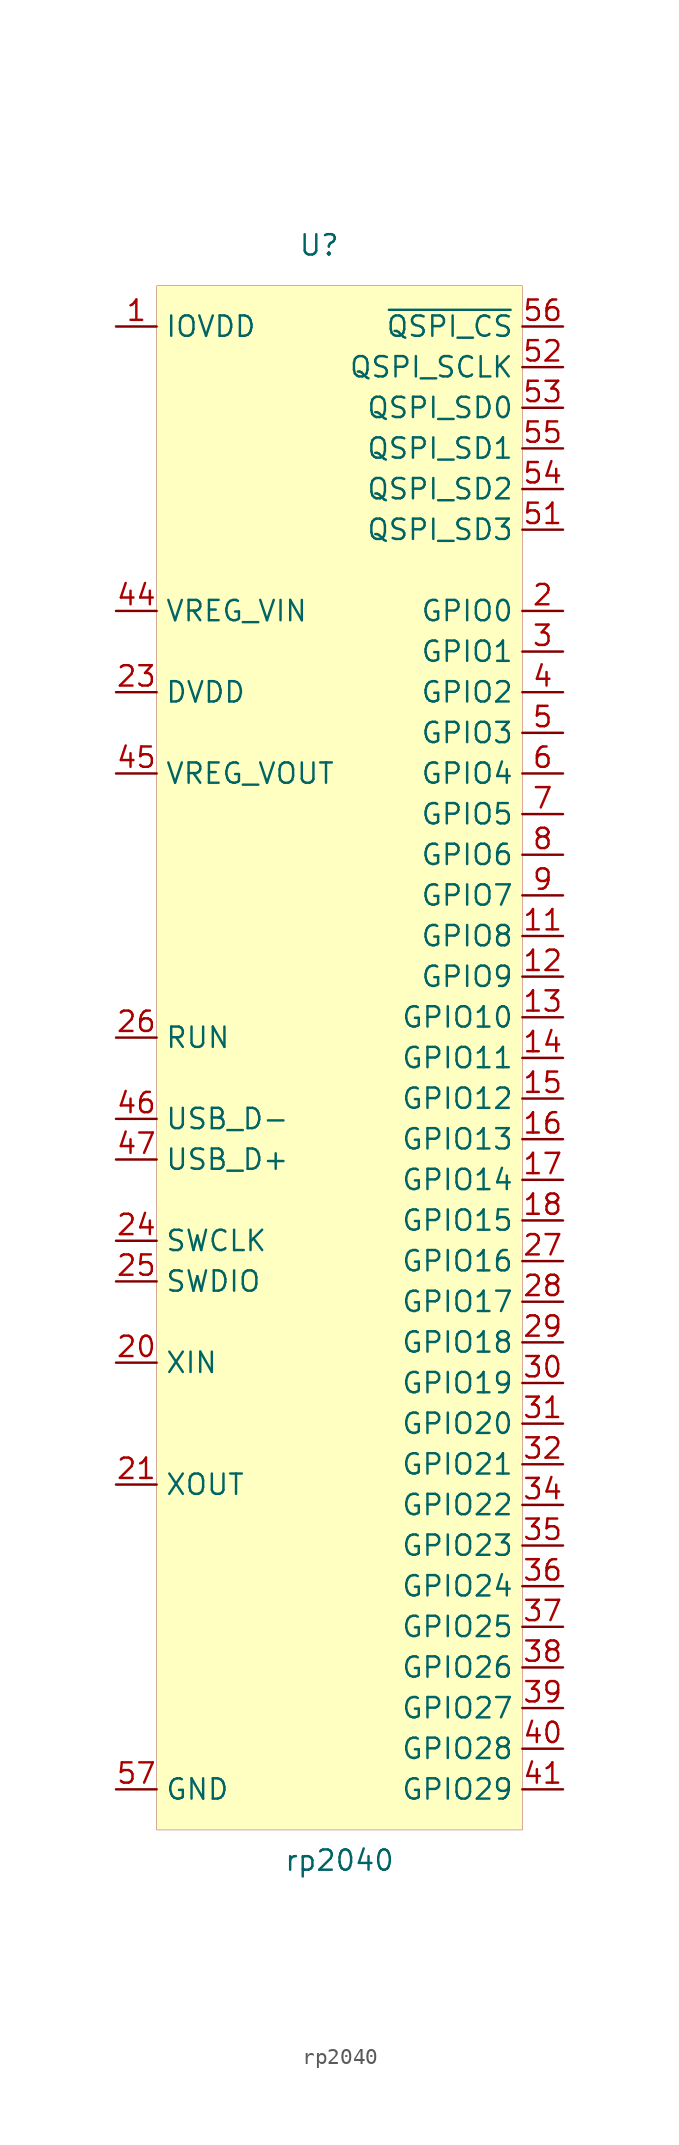
<source format=kicad_sym>
(kicad_symbol_lib
  (version 20211014)
  (generator kicad_symbol_editor)
  (symbol "rp2040"
    (property "Reference" "U"
      (at -1.27 51.435 0)
      (effects (font (size 1.27 1.27))))
    (property "Value" "rp2040"
      (at 0 -49.53 0)
      (effects (font (size 1.27 1.27))))
    (symbol "rp2040_0_0"
      (pin power_in line (at -13.97 46.355 0) (length 2.54) (name "IOVDD" (effects (font (size 1.27 1.27)))) (number "1" (effects (font (size 1.27 1.27)))))
      (pin passive line (at -13.97 46.355 0) (length 2.54) hide (name "IOVDD" (effects (font (size 1.27 1.27)))) (number "10" (effects (font (size 1.27 1.27)))))
      (pin bidirectional line (at 13.97 8.255 180) (length 2.54) (name "GPIO8" (effects (font (size 1.27 1.27)))) (number "11" (effects (font (size 1.27 1.27)))))
      (pin bidirectional line (at 13.97 28.575 180) (length 2.54) (name "GPIO0" (effects (font (size 1.27 1.27)))) (number "2" (effects (font (size 1.27 1.27)))))
      (pin bidirectional line (at 13.97 26.035 180) (length 2.54) (name "GPIO1" (effects (font (size 1.27 1.27)))) (number "3" (effects (font (size 1.27 1.27)))))
      (pin bidirectional line (at 13.97 23.495 180) (length 2.54) (name "GPIO2" (effects (font (size 1.27 1.27)))) (number "4" (effects (font (size 1.27 1.27)))))
      (pin bidirectional line (at 13.97 20.955 180) (length 2.54) (name "GPIO3" (effects (font (size 1.27 1.27)))) (number "5" (effects (font (size 1.27 1.27)))))
      (pin bidirectional line (at 13.97 18.415 180) (length 2.54) (name "GPIO4" (effects (font (size 1.27 1.27)))) (number "6" (effects (font (size 1.27 1.27)))))
      (pin bidirectional line (at 13.97 15.875 180) (length 2.54) (name "GPIO5" (effects (font (size 1.27 1.27)))) (number "7" (effects (font (size 1.27 1.27)))))
      (pin bidirectional line (at 13.97 13.335 180) (length 2.54) (name "GPIO6" (effects (font (size 1.27 1.27)))) (number "8" (effects (font (size 1.27 1.27)))))
      (pin bidirectional line (at 13.97 10.795 180) (length 2.54) (name "GPIO7" (effects (font (size 1.27 1.27)))) (number "9" (effects (font (size 1.27 1.27))))))
    (symbol "rp2040_0_1"
      (rectangle (start -11.43 48.895) (end 11.43 -47.625) (stroke (width 0.001) (type default) (color 0 0 0 0)) (fill (type background))))
    (symbol "rp2040_1_1"
      (pin bidirectional line (at 13.97 5.715 180) (length 2.54) (name "GPIO9" (effects (font (size 1.27 1.27)))) (number "12" (effects (font (size 1.27 1.27)))))
      (pin bidirectional line (at 13.97 3.175 180) (length 2.54) (name "GPIO10" (effects (font (size 1.27 1.27)))) (number "13" (effects (font (size 1.27 1.27)))))
      (pin bidirectional line (at 13.97 0.635 180) (length 2.54) (name "GPIO11" (effects (font (size 1.27 1.27)))) (number "14" (effects (font (size 1.27 1.27)))))
      (pin bidirectional line (at 13.97 -1.905 180) (length 2.54) (name "GPIO12" (effects (font (size 1.27 1.27)))) (number "15" (effects (font (size 1.27 1.27)))))
      (pin bidirectional line (at 13.97 -4.445 180) (length 2.54) (name "GPIO13" (effects (font (size 1.27 1.27)))) (number "16" (effects (font (size 1.27 1.27)))))
      (pin bidirectional line (at 13.97 -6.985 180) (length 2.54) (name "GPIO14" (effects (font (size 1.27 1.27)))) (number "17" (effects (font (size 1.27 1.27)))))
      (pin bidirectional line (at 13.97 -9.525 180) (length 2.54) (name "GPIO15" (effects (font (size 1.27 1.27)))) (number "18" (effects (font (size 1.27 1.27)))))
      (pin passive line (at -13.97 -45.085 0) (length 2.54) hide (name "TESTEN" (effects (font (size 1.27 1.27)))) (number "19" (effects (font (size 1.27 1.27)))))
      (pin input line (at -13.97 -18.415 0) (length 2.54) (name "XIN" (effects (font (size 1.27 1.27)))) (number "20" (effects (font (size 1.27 1.27)))))
      (pin output line (at -13.97 -26.035 0) (length 2.54) (name "XOUT" (effects (font (size 1.27 1.27)))) (number "21" (effects (font (size 1.27 1.27)))))
      (pin passive line (at -13.97 46.355 0) (length 2.54) hide (name "IOVDD" (effects (font (size 1.27 1.27)))) (number "22" (effects (font (size 1.27 1.27)))))
      (pin power_in line (at -13.97 23.495 0) (length 2.54) (name "DVDD" (effects (font (size 1.27 1.27)))) (number "23" (effects (font (size 1.27 1.27)))))
      (pin input line (at -13.97 -10.795 0) (length 2.54) (name "SWCLK" (effects (font (size 1.27 1.27)))) (number "24" (effects (font (size 1.27 1.27)))))
      (pin bidirectional line (at -13.97 -13.335 0) (length 2.54) (name "SWDIO" (effects (font (size 1.27 1.27)))) (number "25" (effects (font (size 1.27 1.27)))))
      (pin input line (at -13.97 1.905 0) (length 2.54) (name "RUN" (effects (font (size 1.27 1.27)))) (number "26" (effects (font (size 1.27 1.27)))))
      (pin bidirectional line (at 13.97 -12.065 180) (length 2.54) (name "GPIO16" (effects (font (size 1.27 1.27)))) (number "27" (effects (font (size 1.27 1.27)))))
      (pin bidirectional line (at 13.97 -14.605 180) (length 2.54) (name "GPIO17" (effects (font (size 1.27 1.27)))) (number "28" (effects (font (size 1.27 1.27)))))
      (pin bidirectional line (at 13.97 -17.145 180) (length 2.54) (name "GPIO18" (effects (font (size 1.27 1.27)))) (number "29" (effects (font (size 1.27 1.27)))))
      (pin bidirectional line (at 13.97 -19.685 180) (length 2.54) (name "GPIO19" (effects (font (size 1.27 1.27)))) (number "30" (effects (font (size 1.27 1.27)))))
      (pin bidirectional line (at 13.97 -22.225 180) (length 2.54) (name "GPIO20" (effects (font (size 1.27 1.27)))) (number "31" (effects (font (size 1.27 1.27)))))
      (pin bidirectional line (at 13.97 -24.765 180) (length 2.54) (name "GPIO21" (effects (font (size 1.27 1.27)))) (number "32" (effects (font (size 1.27 1.27)))))
      (pin passive line (at -13.97 46.355 0) (length 2.54) hide (name "IOVDD" (effects (font (size 1.27 1.27)))) (number "33" (effects (font (size 1.27 1.27)))))
      (pin bidirectional line (at 13.97 -27.305 180) (length 2.54) (name "GPIO22" (effects (font (size 1.27 1.27)))) (number "34" (effects (font (size 1.27 1.27)))))
      (pin bidirectional line (at 13.97 -29.845 180) (length 2.54) (name "GPIO23" (effects (font (size 1.27 1.27)))) (number "35" (effects (font (size 1.27 1.27)))))
      (pin bidirectional line (at 13.97 -32.385 180) (length 2.54) (name "GPIO24" (effects (font (size 1.27 1.27)))) (number "36" (effects (font (size 1.27 1.27)))))
      (pin bidirectional line (at 13.97 -34.925 180) (length 2.54) (name "GPIO25" (effects (font (size 1.27 1.27)))) (number "37" (effects (font (size 1.27 1.27)))))
      (pin bidirectional line (at 13.97 -37.465 180) (length 2.54) (name "GPIO26" (effects (font (size 1.27 1.27)))) (number "38" (effects (font (size 1.27 1.27)))))
      (pin bidirectional line (at 13.97 -40.005 180) (length 2.54) (name "GPIO27" (effects (font (size 1.27 1.27)))) (number "39" (effects (font (size 1.27 1.27)))))
      (pin bidirectional line (at 13.97 -42.545 180) (length 2.54) (name "GPIO28" (effects (font (size 1.27 1.27)))) (number "40" (effects (font (size 1.27 1.27)))))
      (pin bidirectional line (at 13.97 -45.085 180) (length 2.54) (name "GPIO29" (effects (font (size 1.27 1.27)))) (number "41" (effects (font (size 1.27 1.27)))))
      (pin passive line (at -13.97 46.355 0) (length 2.54) hide (name "IOVDD" (effects (font (size 1.27 1.27)))) (number "42" (effects (font (size 1.27 1.27)))))
      (pin passive line (at -13.97 46.355 0) (length 2.54) hide (name "ADC_AVDD" (effects (font (size 1.27 1.27)))) (number "43" (effects (font (size 1.27 1.27)))))
      (pin power_in line (at -13.97 28.575 0) (length 2.54) (name "VREG_VIN" (effects (font (size 1.27 1.27)))) (number "44" (effects (font (size 1.27 1.27)))))
      (pin power_out line (at -13.97 18.415 0) (length 2.54) (name "VREG_VOUT" (effects (font (size 1.27 1.27)))) (number "45" (effects (font (size 1.27 1.27)))))
      (pin bidirectional line (at -13.97 -3.175 0) (length 2.54) (name "USB_D-" (effects (font (size 1.27 1.27)))) (number "46" (effects (font (size 1.27 1.27)))))
      (pin bidirectional line (at -13.97 -5.715 0) (length 2.54) (name "USB_D+" (effects (font (size 1.27 1.27)))) (number "47" (effects (font (size 1.27 1.27)))))
      (pin passive line (at -13.97 46.355 0) (length 2.54) hide (name "USB_VDD" (effects (font (size 1.27 1.27)))) (number "48" (effects (font (size 1.27 1.27)))))
      (pin passive line (at -13.97 46.355 0) (length 2.54) hide (name "IOVDD" (effects (font (size 1.27 1.27)))) (number "49" (effects (font (size 1.27 1.27)))))
      (pin passive line (at -13.97 23.495 0) (length 2.54) hide (name "DVDD" (effects (font (size 1.27 1.27)))) (number "50" (effects (font (size 1.27 1.27)))))
      (pin bidirectional line (at 13.97 33.655 180) (length 2.54) (name "QSPI_SD3" (effects (font (size 1.27 1.27)))) (number "51" (effects (font (size 1.27 1.27)))))
      (pin output line (at 13.97 43.815 180) (length 2.54) (name "QSPI_SCLK" (effects (font (size 1.27 1.27)))) (number "52" (effects (font (size 1.27 1.27)))))
      (pin bidirectional line (at 13.97 41.275 180) (length 2.54) (name "QSPI_SD0" (effects (font (size 1.27 1.27)))) (number "53" (effects (font (size 1.27 1.27)))))
      (pin bidirectional line (at 13.97 36.195 180) (length 2.54) (name "QSPI_SD2" (effects (font (size 1.27 1.27)))) (number "54" (effects (font (size 1.27 1.27)))))
      (pin bidirectional line (at 13.97 38.735 180) (length 2.54) (name "QSPI_SD1" (effects (font (size 1.27 1.27)))) (number "55" (effects (font (size 1.27 1.27)))))
      (pin input line (at 13.97 46.355 180) (length 2.54) (name "~{QSPI_CS}" (effects (font (size 1.27 1.27)))) (number "56" (effects (font (size 1.27 1.27)))))
      (pin power_in line (at -13.97 -45.085 0) (length 2.54) (name "GND" (effects (font (size 1.27 1.27)))) (number "57" (effects (font (size 1.27 1.27))))))))
</source>
